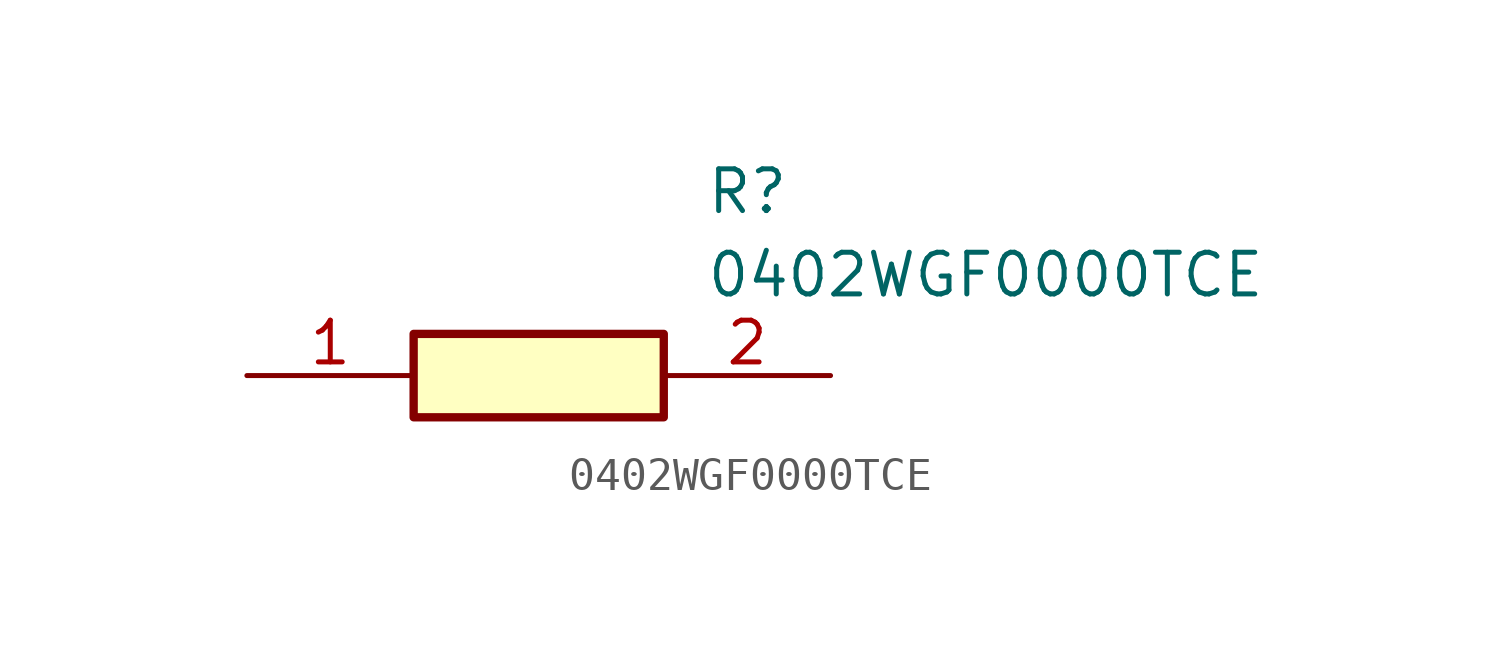
<source format=kicad_sym>
(kicad_symbol_lib
  (version 20220914)
  (generator SamacSys_ECAD_Model)
  (symbol "0402WGF0000TCE"
    (pin_names hide)
    (property "Reference" "R"
      (at 13.97 6.35 0)
      (effects (font (size 1.27 1.27)) (justify left top)))
    (property "Value" "0402WGF0000TCE"
      (at 13.97 3.81 0)
      (effects (font (size 1.27 1.27)) (justify left top)))
    (rectangle
      (start 5.08 1.27)
      (end 12.7 -1.27)
      (stroke (width 0.254) (type default))
      (fill (type background)))
    (pin passive line
      (at 0 0 0)
      (length 5.08)
      (name "1" (effects (font (size 1.27 1.27))))
      (number "1" (effects (font (size 1.27 1.27)))))
    (pin passive line
      (at 17.78 0 180)
      (length 5.08)
      (name "2" (effects (font (size 1.27 1.27))))
      (number "2" (effects (font (size 1.27 1.27)))))))
</source>
